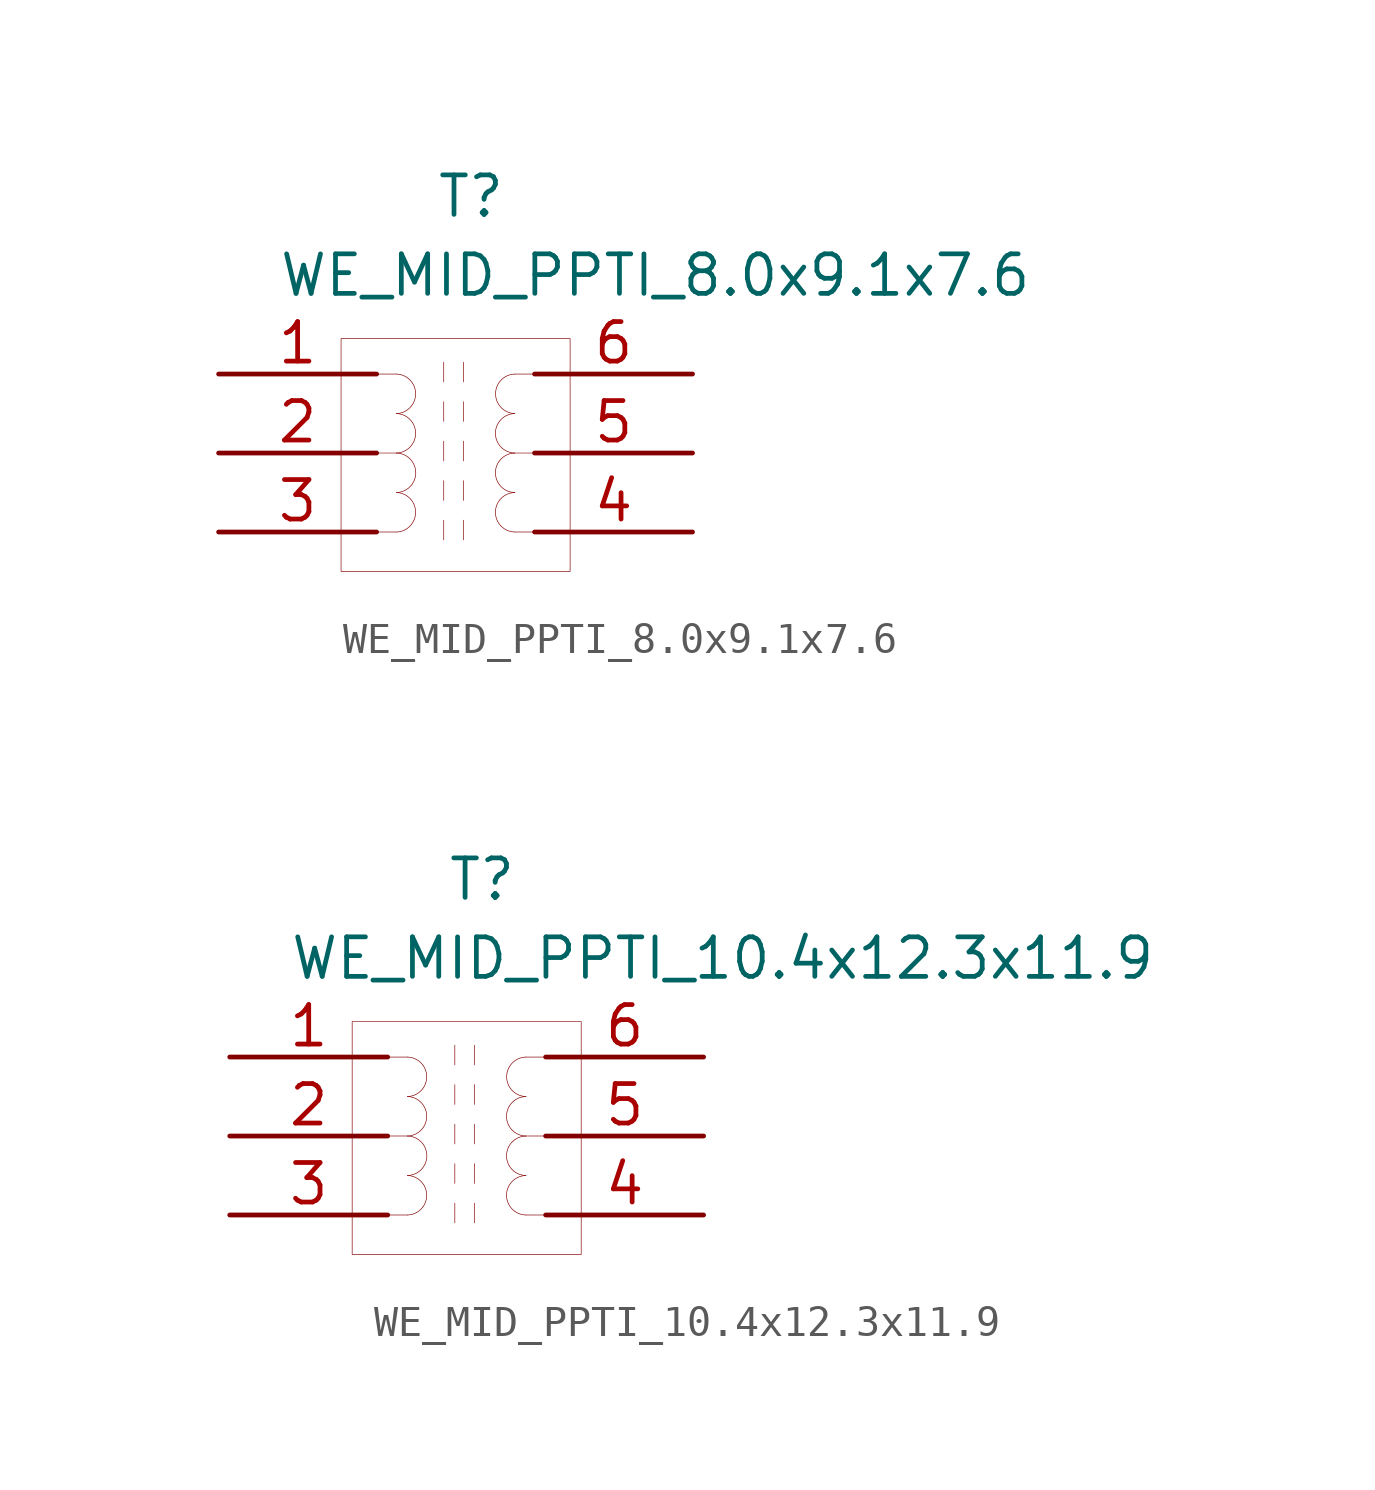
<source format=kicad_sym>
(kicad_symbol_lib
  (version 20201005)
  (generator kicad_symbol_editor)
  (symbol "Transformer_MID_PPTI:WE_MID_PPTI_8.0x9.1x7.6"
    (pin_names
      (offset 0.762))
    (property "Reference" "T"
      (at -0.635 8.255 0)
      (effects (font (size 1.27 1.27)) (justify left)))
    (property "Value" "WE_MID_PPTI_8.0x9.1x7.6"
      (at -5.715 5.715 0)
      (effects (font (size 1.27 1.27)) (justify left)))
    (symbol "WE_MID_PPTI_8.0x9.1x7.6_0_0"
      (pin passive line (at -7.62 2.54 0) (length 5.08) (name "" (effects (font (size 1.27 1.27)))) (number "1" (effects (font (size 1.27 1.27)))))
      (pin passive line (at -7.62 0 0) (length 5.08) (name "" (effects (font (size 1.27 1.27)))) (number "2" (effects (font (size 1.27 1.27)))))
      (pin passive line (at -7.62 -2.54 0) (length 5.08) (name "" (effects (font (size 1.27 1.27)))) (number "3" (effects (font (size 1.27 1.27)))))
      (pin passive line (at 7.62 -2.54 180) (length 5.08) (name "" (effects (font (size 1.27 1.27)))) (number "4" (effects (font (size 1.27 1.27)))))
      (pin passive line (at 7.62 0 180) (length 5.08) (name "" (effects (font (size 1.27 1.27)))) (number "5" (effects (font (size 1.27 1.27)))))
      (pin passive line (at 7.62 2.54 180) (length 5.08) (name "" (effects (font (size 1.27 1.27)))) (number "6" (effects (font (size 1.27 1.27))))))
    (symbol "WE_MID_PPTI_8.0x9.1x7.6_0_1"
      (arc (start -1.905 2.54) (end -1.905 1.27) (radius (at -1.9209 1.905) (length 0.6352) (angles 88.6 -88.6)) (stroke (width 0.0006)) (fill (type none)))
      (arc (start -1.905 0) (end -1.905 1.27) (radius (at -1.9209 0.635) (length 0.6352) (angles -88.6 88.6)) (stroke (width 0.0006)) (fill (type none)))
      (arc (start -1.905 0) (end -1.905 -1.27) (radius (at -1.9163 -0.635) (length 0.6351) (angles 89 -89)) (stroke (width 0.0006)) (fill (type none)))
      (arc (start -1.905 -1.27) (end -1.905 -2.54) (radius (at -1.9209 -1.905) (length 0.6352) (angles 88.6 -88.6)) (stroke (width 0.0006)) (fill (type none)))
      (arc (start 1.905 1.27) (end 1.905 2.54) (radius (at 1.9209 1.905) (length 0.6352) (angles -91.4 91.4)) (stroke (width 0.0006)) (fill (type none)))
      (arc (start 1.905 0) (end 1.905 1.27) (radius (at 1.9163 0.635) (length 0.6351) (angles -91 91)) (stroke (width 0.0006)) (fill (type none)))
      (arc (start 1.905 -1.27) (end 1.905 0) (radius (at 1.9163 -0.635) (length 0.6351) (angles -91 91)) (stroke (width 0.0006)) (fill (type none)))
      (arc (start 1.905 -2.54) (end 1.905 -1.27) (radius (at 1.9163 -1.905) (length 0.6351) (angles -91 91)) (stroke (width 0.0006)) (fill (type none)))
      (rectangle (start -3.683 3.683) (end 3.683 -3.81) (stroke (width 0.001)) (fill (type none)))
      (polyline (pts (xy -0.381 2.921) (xy -0.381 2.286)) (stroke (width 0.001)) (fill (type none)))
      (polyline (pts (xy -0.381 1.651) (xy -0.381 1.016)) (stroke (width 0.001)) (fill (type none)))
      (polyline (pts (xy -0.381 0.381) (xy -0.381 -0.254)) (stroke (width 0.001)) (fill (type none)))
      (polyline (pts (xy -0.381 -0.889) (xy -0.381 -1.524)) (stroke (width 0.001)) (fill (type none)))
      (polyline (pts (xy 0.254 2.921) (xy 0.254 2.286)) (stroke (width 0.001)) (fill (type none)))
      (polyline (pts (xy 0.254 1.651) (xy 0.254 1.016)) (stroke (width 0.001)) (fill (type none)))
      (polyline (pts (xy 0.254 0.381) (xy 0.254 -0.254)) (stroke (width 0.001)) (fill (type none)))
      (polyline (pts (xy 0.254 -0.889) (xy 0.254 -1.524)) (stroke (width 0.001)) (fill (type none)))
      (polyline (pts (xy -0.381 -2.159) (xy -0.381 -2.794)) (stroke (width 0.001)) (fill (type none)))
      (polyline (pts (xy 0.254 -2.159) (xy 0.254 -2.794)) (stroke (width 0.001)) (fill (type none)))
      (polyline (pts (xy 1.905 2.54) (xy 2.54 2.54)) (stroke (width 0.001)) (fill (type none)))
      (polyline (pts (xy 1.905 0) (xy 2.54 0)) (stroke (width 0.001)) (fill (type none)))
      (polyline (pts (xy 1.905 -2.54) (xy 2.54 -2.54)) (stroke (width 0.001)) (fill (type none)))
      (polyline (pts (xy -1.905 2.54) (xy -2.54 2.54)) (stroke (width 0.001)) (fill (type none)))
      (polyline (pts (xy -1.905 0) (xy -2.54 0)) (stroke (width 0.001)) (fill (type none)))
      (polyline (pts (xy -1.905 -2.54) (xy -2.54 -2.54)) (stroke (width 0.001)) (fill (type none)))))
  (symbol "Transformer_MID_PPTI:WE_MID_PPTI_10.4x12.3x11.9"
    (pin_names
      (offset 0.762))
    (property "Reference" "T"
      (at -0.635 8.255 0)
      (effects (font (size 1.27 1.27)) (justify left)))
    (property "Value" "WE_MID_PPTI_10.4x12.3x11.9"
      (at -5.715 5.715 0)
      (effects (font (size 1.27 1.27)) (justify left)))
    (symbol "WE_MID_PPTI_10.4x12.3x11.9_0_0"
      (pin passive line (at -7.62 2.54 0) (length 5.08) (name "" (effects (font (size 1.27 1.27)))) (number "1" (effects (font (size 1.27 1.27)))))
      (pin passive line (at -7.62 0 0) (length 5.08) (name "" (effects (font (size 1.27 1.27)))) (number "2" (effects (font (size 1.27 1.27)))))
      (pin passive line (at -7.62 -2.54 0) (length 5.08) (name "" (effects (font (size 1.27 1.27)))) (number "3" (effects (font (size 1.27 1.27)))))
      (pin passive line (at 7.62 -2.54 180) (length 5.08) (name "" (effects (font (size 1.27 1.27)))) (number "4" (effects (font (size 1.27 1.27)))))
      (pin passive line (at 7.62 0 180) (length 5.08) (name "" (effects (font (size 1.27 1.27)))) (number "5" (effects (font (size 1.27 1.27)))))
      (pin passive line (at 7.62 2.54 180) (length 5.08) (name "" (effects (font (size 1.27 1.27)))) (number "6" (effects (font (size 1.27 1.27))))))
    (symbol "WE_MID_PPTI_10.4x12.3x11.9_0_1"
      (arc (start -1.905 2.54) (end -1.905 1.27) (radius (at -1.9209 1.905) (length 0.6352) (angles 88.6 -88.6)) (stroke (width 0.0006)) (fill (type none)))
      (arc (start -1.905 0) (end -1.905 1.27) (radius (at -1.9209 0.635) (length 0.6352) (angles -88.6 88.6)) (stroke (width 0.0006)) (fill (type none)))
      (arc (start -1.905 0) (end -1.905 -1.27) (radius (at -1.9163 -0.635) (length 0.6351) (angles 89 -89)) (stroke (width 0.0006)) (fill (type none)))
      (arc (start -1.905 -1.27) (end -1.905 -2.54) (radius (at -1.9209 -1.905) (length 0.6352) (angles 88.6 -88.6)) (stroke (width 0.0006)) (fill (type none)))
      (arc (start 1.905 1.27) (end 1.905 2.54) (radius (at 1.9209 1.905) (length 0.6352) (angles -91.4 91.4)) (stroke (width 0.0006)) (fill (type none)))
      (arc (start 1.905 0) (end 1.905 1.27) (radius (at 1.9163 0.635) (length 0.6351) (angles -91 91)) (stroke (width 0.0006)) (fill (type none)))
      (arc (start 1.905 -1.27) (end 1.905 0) (radius (at 1.9163 -0.635) (length 0.6351) (angles -91 91)) (stroke (width 0.0006)) (fill (type none)))
      (arc (start 1.905 -2.54) (end 1.905 -1.27) (radius (at 1.9163 -1.905) (length 0.6351) (angles -91 91)) (stroke (width 0.0006)) (fill (type none)))
      (rectangle (start -3.683 3.683) (end 3.683 -3.81) (stroke (width 0.001)) (fill (type none)))
      (polyline (pts (xy -0.381 2.921) (xy -0.381 2.286)) (stroke (width 0.001)) (fill (type none)))
      (polyline (pts (xy -0.381 1.651) (xy -0.381 1.016)) (stroke (width 0.001)) (fill (type none)))
      (polyline (pts (xy -0.381 0.381) (xy -0.381 -0.254)) (stroke (width 0.001)) (fill (type none)))
      (polyline (pts (xy -0.381 -0.889) (xy -0.381 -1.524)) (stroke (width 0.001)) (fill (type none)))
      (polyline (pts (xy 0.254 2.921) (xy 0.254 2.286)) (stroke (width 0.001)) (fill (type none)))
      (polyline (pts (xy 0.254 1.651) (xy 0.254 1.016)) (stroke (width 0.001)) (fill (type none)))
      (polyline (pts (xy 0.254 0.381) (xy 0.254 -0.254)) (stroke (width 0.001)) (fill (type none)))
      (polyline (pts (xy 0.254 -0.889) (xy 0.254 -1.524)) (stroke (width 0.001)) (fill (type none)))
      (polyline (pts (xy -0.381 -2.159) (xy -0.381 -2.794)) (stroke (width 0.001)) (fill (type none)))
      (polyline (pts (xy 0.254 -2.159) (xy 0.254 -2.794)) (stroke (width 0.001)) (fill (type none)))
      (polyline (pts (xy 1.905 2.54) (xy 2.54 2.54)) (stroke (width 0.001)) (fill (type none)))
      (polyline (pts (xy 1.905 0) (xy 2.54 0)) (stroke (width 0.001)) (fill (type none)))
      (polyline (pts (xy 1.905 -2.54) (xy 2.54 -2.54)) (stroke (width 0.001)) (fill (type none)))
      (polyline (pts (xy -1.905 2.54) (xy -2.54 2.54)) (stroke (width 0.001)) (fill (type none)))
      (polyline (pts (xy -1.905 0) (xy -2.54 0)) (stroke (width 0.001)) (fill (type none)))
      (polyline (pts (xy -1.905 -2.54) (xy -2.54 -2.54)) (stroke (width 0.001)) (fill (type none))))))
</source>
